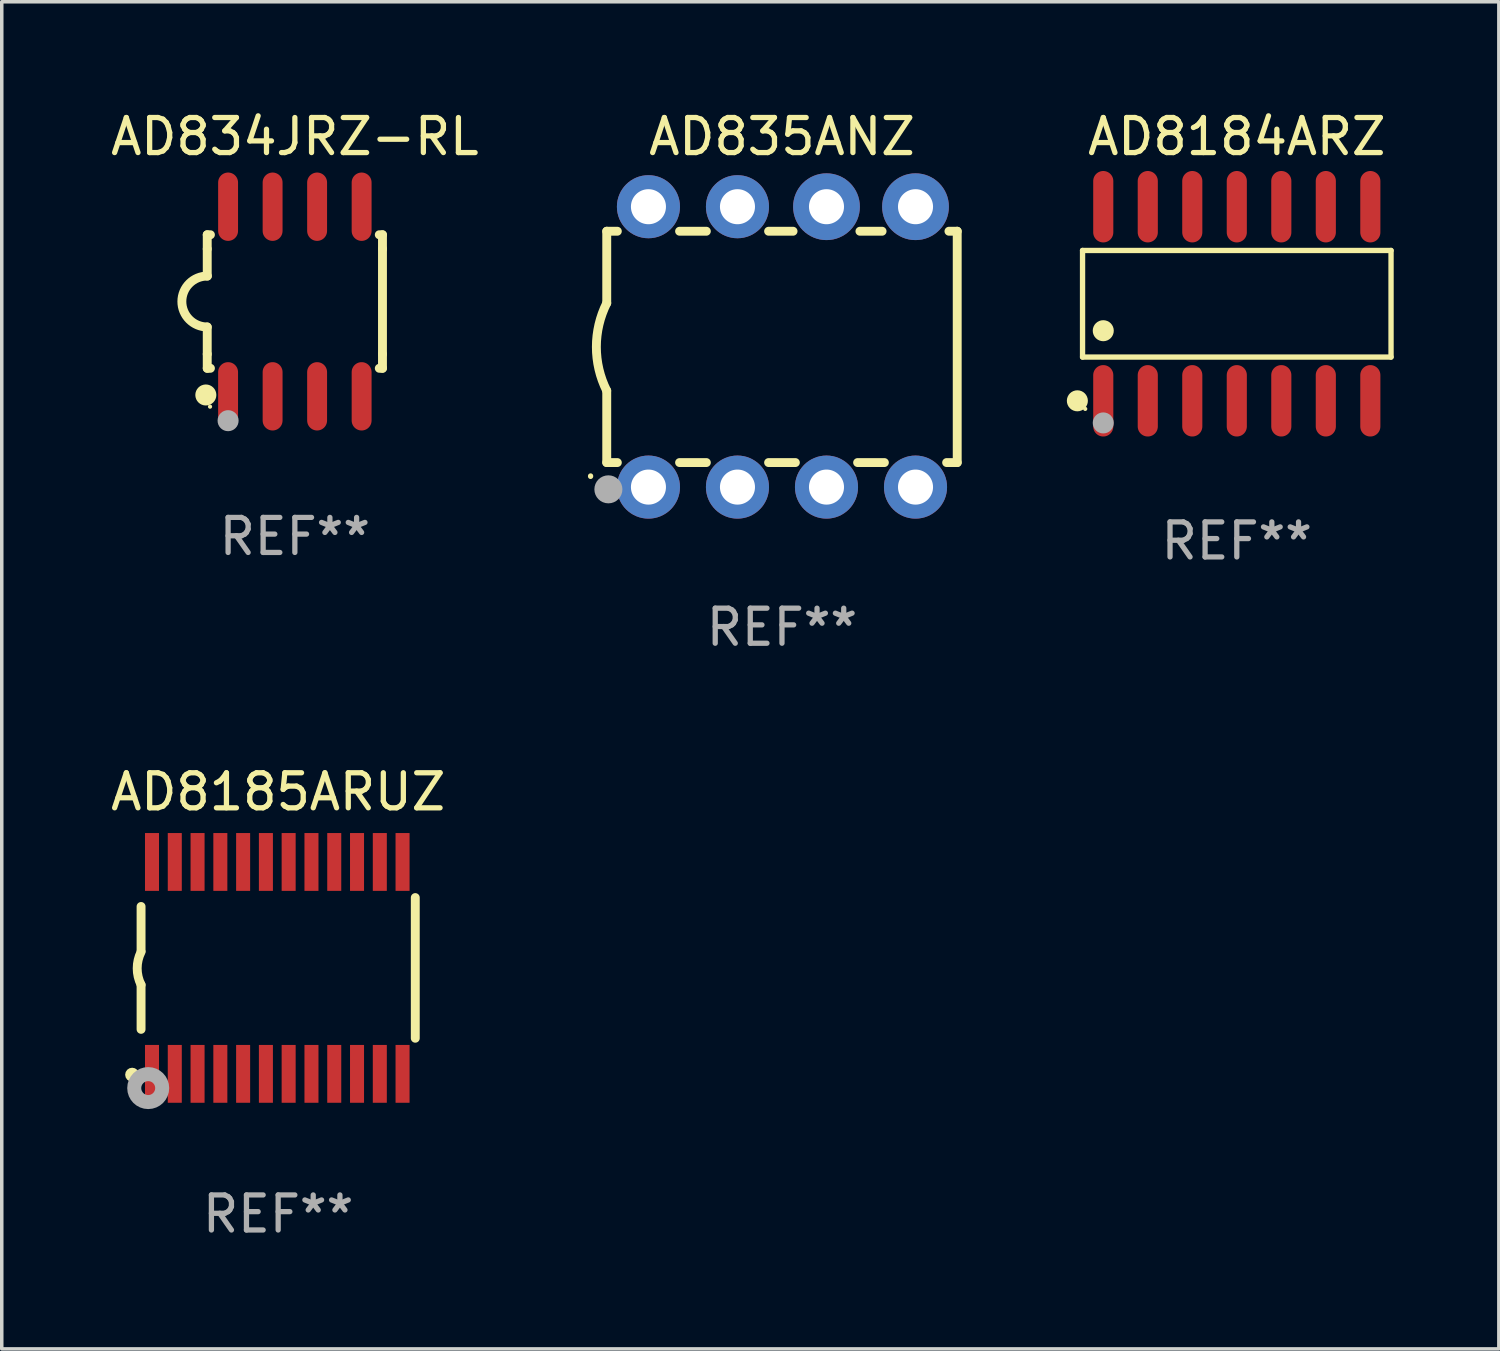
<source format=kicad_pcb>
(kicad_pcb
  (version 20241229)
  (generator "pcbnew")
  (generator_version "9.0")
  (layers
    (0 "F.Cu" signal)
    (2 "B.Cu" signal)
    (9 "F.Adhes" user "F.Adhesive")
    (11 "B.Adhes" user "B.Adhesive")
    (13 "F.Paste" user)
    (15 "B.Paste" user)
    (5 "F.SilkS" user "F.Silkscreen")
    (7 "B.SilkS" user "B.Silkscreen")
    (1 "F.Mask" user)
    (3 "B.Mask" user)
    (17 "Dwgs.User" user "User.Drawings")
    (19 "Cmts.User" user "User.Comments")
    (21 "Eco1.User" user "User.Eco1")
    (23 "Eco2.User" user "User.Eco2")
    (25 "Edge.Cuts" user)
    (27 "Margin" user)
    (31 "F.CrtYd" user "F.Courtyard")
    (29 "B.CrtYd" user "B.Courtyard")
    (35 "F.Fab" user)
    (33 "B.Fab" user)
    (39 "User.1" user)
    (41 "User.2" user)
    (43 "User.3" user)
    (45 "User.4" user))
  (footprint "AD8184ARZ"
    (layer "F.Cu")
    (at 32.239 5.617)
    (property "Reference" "AD8184ARZ" (at 0 -4.769 0) (layer "F.SilkS") (effects (font (size 1 1) (thickness 0.15))))
    (attr through_hole)
    (fp_line (start -4.401 -1.521) (end 4.401 -1.521) (stroke (width 0.152) (type solid)) (layer "F.SilkS"))
    (fp_line (start -4.401 1.521) (end -4.401 -1.521) (stroke (width 0.152) (type solid)) (layer "F.SilkS"))
    (fp_line (start 4.401 -1.521) (end 4.401 1.521) (stroke (width 0.152) (type solid)) (layer "F.SilkS"))
    (fp_line (start 4.401 1.521) (end -4.401 1.521) (stroke (width 0.152) (type solid)) (layer "F.SilkS"))
    (fp_circle (center -4.549 2.769) (end -4.399 2.769) (stroke (width 0.3) (type solid)) (fill no) (layer "F.SilkS"))
    (fp_circle (center -4.325 3) (end -4.295 3) (stroke (width 0.06) (type solid)) (fill no) (layer "F.SilkS"))
    (fp_circle (center -3.81 0.769) (end -3.66 0.769) (stroke (width 0.3) (type solid)) (fill no) (layer "F.SilkS"))
    (fp_circle (center -3.81 3.4) (end -3.66 3.4) (stroke (width 0.3) (type solid)) (fill no) (layer "F.Fab"))
    (fp_text user "REF**" (at 0 6.769 0) (layer "F.Fab") (effects (font (size 1 1) (thickness 0.15))))
    (pad "1" smd oval (at -3.81 2.769) (size 0.574 2.038) (layers "F.Cu" "F.Mask" "F.Paste"))
    (pad "2" smd oval (at -2.54 2.769) (size 0.574 2.038) (layers "F.Cu" "F.Mask" "F.Paste"))
    (pad "3" smd oval (at -1.27 2.769) (size 0.574 2.038) (layers "F.Cu" "F.Mask" "F.Paste"))
    (pad "4" smd oval (at 0 2.769) (size 0.574 2.038) (layers "F.Cu" "F.Mask" "F.Paste"))
    (pad "5" smd oval (at 1.27 2.769) (size 0.574 2.038) (layers "F.Cu" "F.Mask" "F.Paste"))
    (pad "6" smd oval (at 2.54 2.769) (size 0.574 2.038) (layers "F.Cu" "F.Mask" "F.Paste"))
    (pad "7" smd oval (at 3.81 2.769) (size 0.574 2.038) (layers "F.Cu" "F.Mask" "F.Paste"))
    (pad "8" smd oval (at 3.81 -2.769) (size 0.574 2.038) (layers "F.Cu" "F.Mask" "F.Paste"))
    (pad "9" smd oval (at 2.54 -2.769) (size 0.574 2.038) (layers "F.Cu" "F.Mask" "F.Paste"))
    (pad "10" smd oval (at 1.27 -2.769) (size 0.574 2.038) (layers "F.Cu" "F.Mask" "F.Paste"))
    (pad "11" smd oval (at 0 -2.769) (size 0.574 2.038) (layers "F.Cu" "F.Mask" "F.Paste"))
    (pad "12" smd oval (at -1.27 -2.769) (size 0.574 2.038) (layers "F.Cu" "F.Mask" "F.Paste"))
    (pad "13" smd oval (at -2.54 -2.769) (size 0.574 2.038) (layers "F.Cu" "F.Mask" "F.Paste"))
    (pad "14" smd oval (at -3.81 -2.769) (size 0.574 2.038) (layers "F.Cu" "F.Mask" "F.Paste")))
  (footprint "AD834JRZ-RL"
    (layer "F.Cu")
    (at 5.363 5.553)
    (property "Reference" "AD834JRZ-RL" (at 0 -4.705 0) (layer "F.SilkS") (effects (font (size 1 1) (thickness 0.15))))
    (attr through_hole)
    (fp_line (start -2.5 -1.905) (end -2.409 -1.905) (stroke (width 0.254) (type solid)) (layer "F.SilkS"))
    (fp_line (start -2.5 -1.5) (end -2.5 -1.905) (stroke (width 0.254) (type solid)) (layer "F.SilkS"))
    (fp_line (start -2.5 -1.5) (end -2.5 -0.726) (stroke (width 0.254) (type solid)) (layer "F.SilkS"))
    (fp_line (start -2.5 1.5) (end -2.5 0.727) (stroke (width 0.254) (type solid)) (layer "F.SilkS"))
    (fp_line (start -2.5 1.5) (end -2.5 1.905) (stroke (width 0.254) (type solid)) (layer "F.SilkS"))
    (fp_line (start -2.5 1.905) (end -2.409 1.905) (stroke (width 0.254) (type solid)) (layer "F.SilkS"))
    (fp_line (start 2.5 -1.905) (end 2.409 -1.905) (stroke (width 0.254) (type solid)) (layer "F.SilkS"))
    (fp_line (start 2.5 -1.5) (end 2.5 -1.905) (stroke (width 0.254) (type solid)) (layer "F.SilkS"))
    (fp_line (start 2.5 -1.5) (end 2.5 1.5) (stroke (width 0.254) (type solid)) (layer "F.SilkS"))
    (fp_line (start 2.5 1.5) (end 2.5 1.905) (stroke (width 0.254) (type solid)) (layer "F.SilkS"))
    (fp_line (start 2.5 1.905) (end 2.409 1.905) (stroke (width 0.254) (type solid)) (layer "F.SilkS"))
    (fp_arc (start -2.5 0.726568) (mid -3.220316 -0.0023) (end -2.495097 -0.726289) (stroke (width 0.254001) (type solid)) (layer "F.SilkS"))
    (fp_circle (center -2.54 2.667) (end -2.39 2.667) (stroke (width 0.3) (type solid)) (fill no) (layer "F.SilkS"))
    (fp_circle (center -2.42 3) (end -2.39 3) (stroke (width 0.06) (type solid)) (fill no) (layer "F.SilkS"))
    (fp_circle (center -1.905 3.4) (end -1.755 3.4) (stroke (width 0.3) (type solid)) (fill no) (layer "F.Fab"))
    (fp_text user "REF**" (at 0 6.705 0) (layer "F.Fab") (effects (font (size 1 1) (thickness 0.15))))
    (pad "1" smd oval (at -1.905 2.705) (size 0.568 1.95) (layers "F.Cu" "F.Mask" "F.Paste"))
    (pad "2" smd oval (at -0.635 2.705) (size 0.568 1.95) (layers "F.Cu" "F.Mask" "F.Paste"))
    (pad "3" smd oval (at 0.635 2.705) (size 0.568 1.95) (layers "F.Cu" "F.Mask" "F.Paste"))
    (pad "4" smd oval (at 1.905 2.705) (size 0.568 1.95) (layers "F.Cu" "F.Mask" "F.Paste"))
    (pad "5" smd oval (at 1.905 -2.705) (size 0.568 1.95) (layers "F.Cu" "F.Mask" "F.Paste"))
    (pad "6" smd oval (at 0.635 -2.705) (size 0.568 1.95) (layers "F.Cu" "F.Mask" "F.Paste"))
    (pad "7" smd oval (at -0.635 -2.705) (size 0.568 1.95) (layers "F.Cu" "F.Mask" "F.Paste"))
    (pad "8" smd oval (at -1.905 -2.705) (size 0.568 1.95) (layers "F.Cu" "F.Mask" "F.Paste")))
  (footprint "AD835ANZ"
    (layer "F.Cu")
    (at 19.262 6.848)
    (property "Reference" "AD835ANZ" (at 0 -6 0) (layer "F.SilkS") (effects (font (size 1 1) (thickness 0.15))))
    (attr through_hole)
    (fp_line (start -5 -3.3) (end -5 -1.25) (stroke (width 0.254) (type solid)) (layer "F.SilkS"))
    (fp_line (start -5 -3.3) (end -4.698 -3.3) (stroke (width 0.254) (type solid)) (layer "F.SilkS"))
    (fp_line (start -5 3.3) (end -5 1.25) (stroke (width 0.254) (type solid)) (layer "F.SilkS"))
    (fp_line (start -5 3.3) (end -4.698 3.3) (stroke (width 0.254) (type solid)) (layer "F.SilkS"))
    (fp_line (start -2.922 -3.3) (end -2.158 -3.3) (stroke (width 0.254) (type solid)) (layer "F.SilkS"))
    (fp_line (start -2.922 3.3) (end -2.158 3.3) (stroke (width 0.254) (type solid)) (layer "F.SilkS"))
    (fp_line (start -0.382 -3.3) (end 0.316 -3.3) (stroke (width 0.254) (type solid)) (layer "F.SilkS"))
    (fp_line (start -0.382 3.3) (end 0.382 3.3) (stroke (width 0.254) (type solid)) (layer "F.SilkS"))
    (fp_line (start 2.158 3.3) (end 2.922 3.3) (stroke (width 0.254) (type solid)) (layer "F.SilkS"))
    (fp_line (start 2.224 -3.3) (end 2.856 -3.3) (stroke (width 0.254) (type solid)) (layer "F.SilkS"))
    (fp_line (start 4.698 3.3) (end 5 3.3) (stroke (width 0.254) (type solid)) (layer "F.SilkS"))
    (fp_line (start 4.764 -3.3) (end 5 -3.3) (stroke (width 0.254) (type solid)) (layer "F.SilkS"))
    (fp_line (start 5 -3.3) (end 5 3.3) (stroke (width 0.254) (type solid)) (layer "F.SilkS"))
    (fp_arc (start -5.46124 3.694259) (mid -5.461175 3.688632) (end -5.460986 3.683007) (stroke (width 0.149987) (type solid)) (layer "F.SilkS"))
    (fp_arc (start -5.00127 1.249682) (mid -5.295892 -0.000313) (end -5.000025 -1.250013) (stroke (width 0.254001) (type solid)) (layer "F.SilkS"))
    (fp_circle (center -4.795 4.237) (end -4.765 4.237) (stroke (width 0.06) (type solid)) (fill no) (layer "F.SilkS"))
    (fp_circle (center -4.953 4.064) (end -4.753 4.064) (stroke (width 0.4) (type solid)) (fill no) (layer "F.Fab"))
    (fp_text user "REF**" (at 0 8 0) (layer "F.Fab") (effects (font (size 1 1) (thickness 0.15))))
    (pad "1" thru_hole circle (at -3.81 4) (size 1.8 1.8) (drill 1) (layers "*.Cu" "*.Mask"))
    (pad "2" thru_hole circle (at -1.27 4) (size 1.8 1.8) (drill 1) (layers "*.Cu" "*.Mask"))
    (pad "3" thru_hole circle (at 1.27 4) (size 1.8 1.8) (drill 1) (layers "*.Cu" "*.Mask"))
    (pad "4" thru_hole circle (at 3.81 4) (size 1.8 1.8) (drill 1) (layers "*.Cu" "*.Mask"))
    (pad "5" thru_hole circle (at 3.81 -4) (size 1.905 1.905) (drill 1) (layers "*.Cu" "*.Mask"))
    (pad "6" thru_hole circle (at 1.27 -4) (size 1.905 1.905) (drill 1) (layers "*.Cu" "*.Mask"))
    (pad "7" thru_hole circle (at -1.27 -4) (size 1.8 1.8) (drill 1) (layers "*.Cu" "*.Mask"))
    (pad "8" thru_hole circle (at -3.81 -4) (size 1.8 1.8) (drill 1) (layers "*.Cu" "*.Mask")))
  (footprint "AD8185ARUZ"
    (layer "F.Cu")
    (at 4.887 24.567)
    (property "Reference" "AD8185ARUZ" (at 0 -5.023 0) (layer "F.SilkS") (effects (font (size 1 1) (thickness 0.15))))
    (attr through_hole)
    (fp_line (start -3.912 -0.483) (end -3.912 -1.753) (stroke (width 0.254) (type solid)) (layer "F.SilkS"))
    (fp_line (start -3.912 1.753) (end -3.912 0.483) (stroke (width 0.254) (type solid)) (layer "F.SilkS"))
    (fp_line (start 3.912 -2.007) (end 3.912 2.007) (stroke (width 0.254) (type solid)) (layer "F.SilkS"))
    (fp_arc (start -3.911608 0.482601) (mid -4.022537 0.0127) (end -3.911608 -0.457201) (stroke (width 0.254001) (type solid)) (layer "F.SilkS"))
    (fp_circle (center -4.166 3.048) (end -4.066 3.048) (stroke (width 0.2) (type solid)) (fill no) (layer "F.SilkS"))
    (fp_circle (center -3.925 3.186) (end -3.895 3.186) (stroke (width 0.06) (type solid)) (fill no) (layer "F.SilkS"))
    (fp_circle (center -3.708 3.429) (end -3.509 3.429) (stroke (width 0.4) (type solid)) (fill no) (layer "F.Fab"))
    (fp_text user "REF**" (at 0 7.023 0) (layer "F.Fab") (effects (font (size 1 1) (thickness 0.15))))
    (pad "1" smd rect (at -3.6 3.023) (size 0.4 1.65) (layers "F.Cu" "F.Mask" "F.Paste"))
    (pad "2" smd rect (at -2.95 3.023) (size 0.4 1.65) (layers "F.Cu" "F.Mask" "F.Paste"))
    (pad "3" smd rect (at -2.3 3.023) (size 0.4 1.65) (layers "F.Cu" "F.Mask" "F.Paste"))
    (pad "4" smd rect (at -1.65 3.023) (size 0.4 1.65) (layers "F.Cu" "F.Mask" "F.Paste"))
    (pad "5" smd rect (at -1 3.023) (size 0.4 1.65) (layers "F.Cu" "F.Mask" "F.Paste"))
    (pad "6" smd rect (at -0.35 3.023) (size 0.4 1.65) (layers "F.Cu" "F.Mask" "F.Paste"))
    (pad "7" smd rect (at 0.299 3.023) (size 0.4 1.65) (layers "F.Cu" "F.Mask" "F.Paste"))
    (pad "8" smd rect (at 0.95 3.023) (size 0.4 1.65) (layers "F.Cu" "F.Mask" "F.Paste"))
    (pad "9" smd rect (at 1.6 3.023) (size 0.4 1.65) (layers "F.Cu" "F.Mask" "F.Paste"))
    (pad "10" smd rect (at 2.25 3.023) (size 0.4 1.65) (layers "F.Cu" "F.Mask" "F.Paste"))
    (pad "11" smd rect (at 2.9 3.023) (size 0.4 1.65) (layers "F.Cu" "F.Mask" "F.Paste"))
    (pad "12" smd rect (at 3.549 3.023) (size 0.4 1.65) (layers "F.Cu" "F.Mask" "F.Paste"))
    (pad "13" smd rect (at 3.549 -3.023) (size 0.4 1.65) (layers "F.Cu" "F.Mask" "F.Paste"))
    (pad "14" smd rect (at 2.9 -3.023) (size 0.4 1.65) (layers "F.Cu" "F.Mask" "F.Paste"))
    (pad "15" smd rect (at 2.25 -3.023) (size 0.4 1.65) (layers "F.Cu" "F.Mask" "F.Paste"))
    (pad "16" smd rect (at 1.6 -3.023) (size 0.4 1.65) (layers "F.Cu" "F.Mask" "F.Paste"))
    (pad "17" smd rect (at 0.95 -3.023) (size 0.4 1.65) (layers "F.Cu" "F.Mask" "F.Paste"))
    (pad "18" smd rect (at 0.299 -3.023) (size 0.4 1.65) (layers "F.Cu" "F.Mask" "F.Paste"))
    (pad "19" smd rect (at -0.35 -3.023) (size 0.4 1.65) (layers "F.Cu" "F.Mask" "F.Paste"))
    (pad "20" smd rect (at -1 -3.023) (size 0.4 1.65) (layers "F.Cu" "F.Mask" "F.Paste"))
    (pad "21" smd rect (at -1.65 -3.023) (size 0.4 1.65) (layers "F.Cu" "F.Mask" "F.Paste"))
    (pad "22" smd rect (at -2.3 -3.023) (size 0.4 1.65) (layers "F.Cu" "F.Mask" "F.Paste"))
    (pad "23" smd rect (at -2.95 -3.023) (size 0.4 1.65) (layers "F.Cu" "F.Mask" "F.Paste"))
    (pad "24" smd rect (at -3.6 -3.023) (size 0.4 1.65) (layers "F.Cu" "F.Mask" "F.Paste")))
  (gr_rect
    (start -3 -3)
    (end 39.716 35.438)
    (stroke (width 0.1) (type default))
    (fill no)
    (layer "Edge.Cuts")))
</source>
